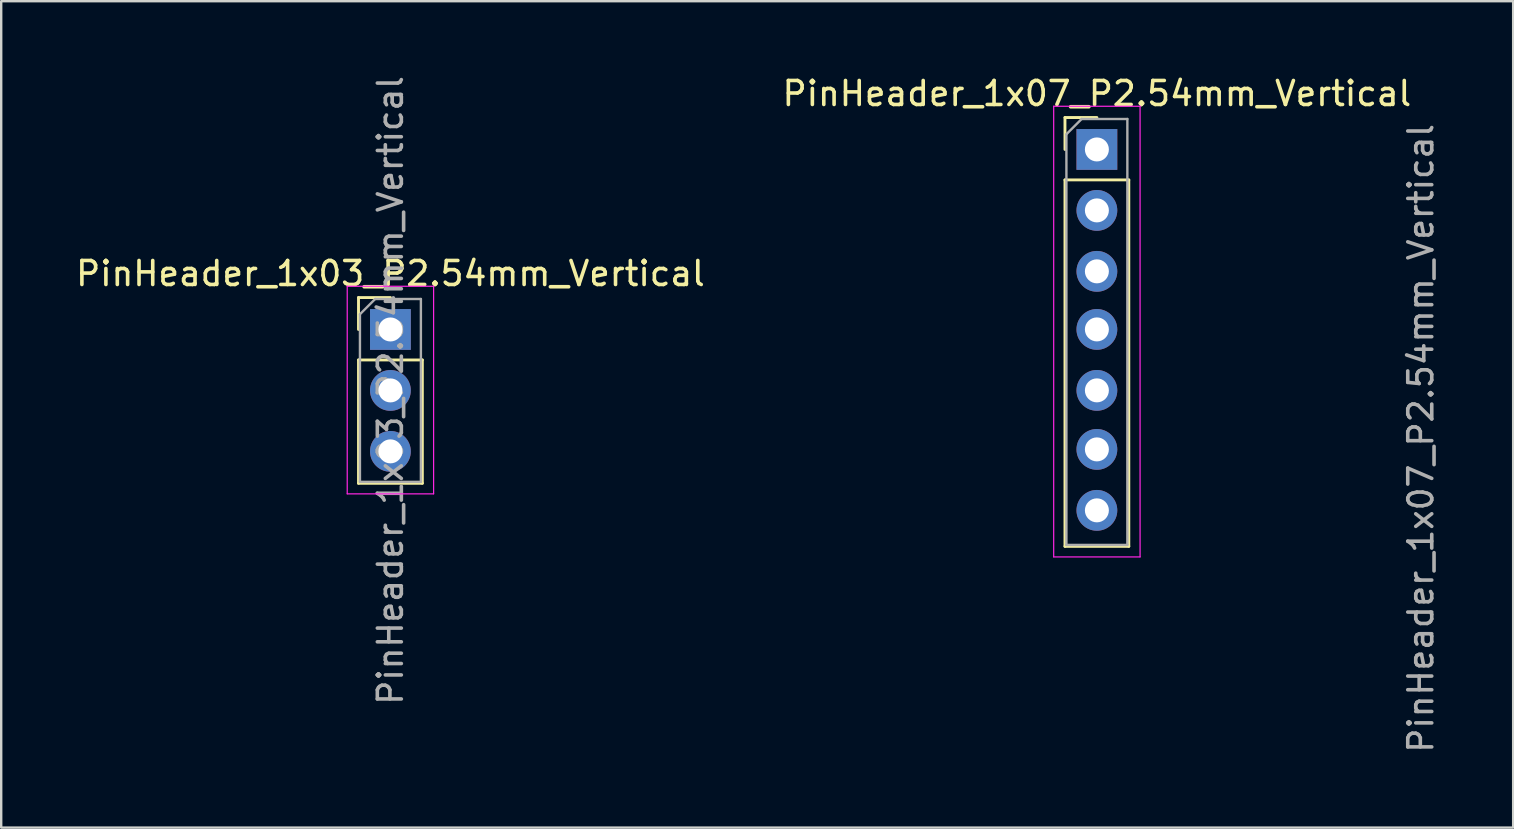
<source format=kicad_pcb>
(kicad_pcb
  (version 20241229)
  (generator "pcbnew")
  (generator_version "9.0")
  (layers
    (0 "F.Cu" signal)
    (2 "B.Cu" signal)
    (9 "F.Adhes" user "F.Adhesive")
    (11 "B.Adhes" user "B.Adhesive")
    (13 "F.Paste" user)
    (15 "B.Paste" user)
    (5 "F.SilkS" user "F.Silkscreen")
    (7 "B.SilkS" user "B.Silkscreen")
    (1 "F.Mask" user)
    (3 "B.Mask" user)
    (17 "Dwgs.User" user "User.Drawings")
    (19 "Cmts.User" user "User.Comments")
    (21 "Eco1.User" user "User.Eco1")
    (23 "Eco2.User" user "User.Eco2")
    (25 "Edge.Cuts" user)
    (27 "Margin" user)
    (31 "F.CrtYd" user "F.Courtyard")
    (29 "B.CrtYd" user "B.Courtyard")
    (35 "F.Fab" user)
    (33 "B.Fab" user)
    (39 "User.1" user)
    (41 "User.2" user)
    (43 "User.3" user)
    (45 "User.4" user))
  (footprint "PinHeader_1x07_P2.54mm_Vertical"
    (layer "F.Cu")
    (at 47.661 16.718)
    (property "Reference" "PinHeader_1x07_P2.54mm_Vertical" (at -5 -15.87 180) (layer "F.SilkS") (effects (font (size 1 1) (thickness 0.15))))
    (attr through_hole)
    (fp_line (start -6.33 -14.87) (end -5 -14.87) (stroke (width 0.12) (type solid)) (layer "F.SilkS"))
    (fp_line (start -6.33 -13.54) (end -6.33 -14.87) (stroke (width 0.12) (type solid)) (layer "F.SilkS"))
    (fp_line (start -6.33 -12.27) (end -6.33 3) (stroke (width 0.12) (type solid)) (layer "F.SilkS"))
    (fp_line (start -6.33 -12.27) (end -3.67 -12.27) (stroke (width 0.12) (type solid)) (layer "F.SilkS"))
    (fp_line (start -6.33 3) (end -3.67 3) (stroke (width 0.12) (type solid)) (layer "F.SilkS"))
    (fp_line (start -3.67 -12.27) (end -3.67 3) (stroke (width 0.12) (type solid)) (layer "F.SilkS"))
    (fp_line (start -6.8 -15.34) (end -6.8 3.44) (stroke (width 0.05) (type solid)) (layer "F.CrtYd"))
    (fp_line (start -6.8 3.44) (end -3.2 3.44) (stroke (width 0.05) (type solid)) (layer "F.CrtYd"))
    (fp_line (start -3.2 -15.34) (end -6.8 -15.34) (stroke (width 0.05) (type solid)) (layer "F.CrtYd"))
    (fp_line (start -3.2 3.44) (end -3.2 -15.34) (stroke (width 0.05) (type solid)) (layer "F.CrtYd"))
    (fp_line (start -6.27 -14.175) (end -5.635 -14.81) (stroke (width 0.1) (type solid)) (layer "F.Fab"))
    (fp_line (start -6.27 2.94) (end -6.27 -14.175) (stroke (width 0.1) (type solid)) (layer "F.Fab"))
    (fp_line (start -5.635 -14.81) (end -3.73 -14.81) (stroke (width 0.1) (type solid)) (layer "F.Fab"))
    (fp_line (start -3.73 -14.81) (end -3.73 2.94) (stroke (width 0.1) (type solid)) (layer "F.Fab"))
    (fp_line (start -3.73 2.94) (end -6.27 2.94) (stroke (width 0.1) (type solid)) (layer "F.Fab"))
    (fp_text user "${REFERENCE}" (at 8.5 -1.5 270) (layer "F.Fab") (effects (font (size 1 1) (thickness 0.15))))
    (pad "1" thru_hole rect (at -5 -13.54) (size 1.7 1.7) (drill 1) (layers "*.Cu" "*.Mask"))
    (pad "2" thru_hole oval (at -5 -11) (size 1.7 1.7) (drill 1) (layers "*.Cu" "*.Mask"))
    (pad "3" thru_hole oval (at -5 -8.46) (size 1.7 1.7) (drill 1) (layers "*.Cu" "*.Mask"))
    (pad "4" thru_hole oval (at -5 -6.04) (size 1.7 1.7) (drill 1) (layers "*.Cu" "*.Mask"))
    (pad "5" thru_hole oval (at -5 -3.5) (size 1.7 1.7) (drill 1) (layers "*.Cu" "*.Mask"))
    (pad "6" thru_hole oval (at -5 -1.04) (size 1.7 1.7) (drill 1) (layers "*.Cu" "*.Mask"))
    (pad "7" thru_hole oval (at -5 1.5) (size 1.7 1.7) (drill 1) (layers "*.Cu" "*.Mask")))
  (footprint "PinHeader_1x03_P2.54mm_Vertical"
    (layer "F.Cu")
    (at 13.22 10.68)
    (property "Reference" "PinHeader_1x03_P2.54mm_Vertical" (at 0 -2.33 0) (layer "F.SilkS") (effects (font (size 1 1) (thickness 0.15))))
    (attr through_hole)
    (fp_line (start -1.33 -1.33) (end 0 -1.33) (stroke (width 0.12) (type solid)) (layer "F.SilkS"))
    (fp_line (start -1.33 0) (end -1.33 -1.33) (stroke (width 0.12) (type solid)) (layer "F.SilkS"))
    (fp_line (start -1.33 1.27) (end -1.33 6.41) (stroke (width 0.12) (type solid)) (layer "F.SilkS"))
    (fp_line (start -1.33 1.27) (end 1.33 1.27) (stroke (width 0.12) (type solid)) (layer "F.SilkS"))
    (fp_line (start -1.33 6.41) (end 1.33 6.41) (stroke (width 0.12) (type solid)) (layer "F.SilkS"))
    (fp_line (start 1.33 1.27) (end 1.33 6.41) (stroke (width 0.12) (type solid)) (layer "F.SilkS"))
    (fp_line (start -1.8 -1.8) (end -1.8 6.85) (stroke (width 0.05) (type solid)) (layer "F.CrtYd"))
    (fp_line (start -1.8 6.85) (end 1.8 6.85) (stroke (width 0.05) (type solid)) (layer "F.CrtYd"))
    (fp_line (start 1.8 -1.8) (end -1.8 -1.8) (stroke (width 0.05) (type solid)) (layer "F.CrtYd"))
    (fp_line (start 1.8 6.85) (end 1.8 -1.8) (stroke (width 0.05) (type solid)) (layer "F.CrtYd"))
    (fp_line (start -1.27 -0.635) (end -0.635 -1.27) (stroke (width 0.1) (type solid)) (layer "F.Fab"))
    (fp_line (start -1.27 6.35) (end -1.27 -0.635) (stroke (width 0.1) (type solid)) (layer "F.Fab"))
    (fp_line (start -0.635 -1.27) (end 1.27 -1.27) (stroke (width 0.1) (type solid)) (layer "F.Fab"))
    (fp_line (start 1.27 -1.27) (end 1.27 6.35) (stroke (width 0.1) (type solid)) (layer "F.Fab"))
    (fp_line (start 1.27 6.35) (end -1.27 6.35) (stroke (width 0.1) (type solid)) (layer "F.Fab"))
    (fp_text user "${REFERENCE}" (at 0 2.54 90) (layer "F.Fab") (effects (font (size 1 1) (thickness 0.15))))
    (pad "1" thru_hole rect (at 0 0) (size 1.7 1.7) (drill 1) (layers "*.Cu" "*.Mask"))
    (pad "2" thru_hole oval (at 0 2.54) (size 1.7 1.7) (drill 1) (layers "*.Cu" "*.Mask"))
    (pad "3" thru_hole oval (at 0 5.08) (size 1.7 1.7) (drill 1) (layers "*.Cu" "*.Mask")))
  (gr_rect
    (start -3 -3)
    (end 60.009 31.438)
    (stroke (width 0.1) (type default))
    (fill no)
    (layer "Edge.Cuts")))
</source>
